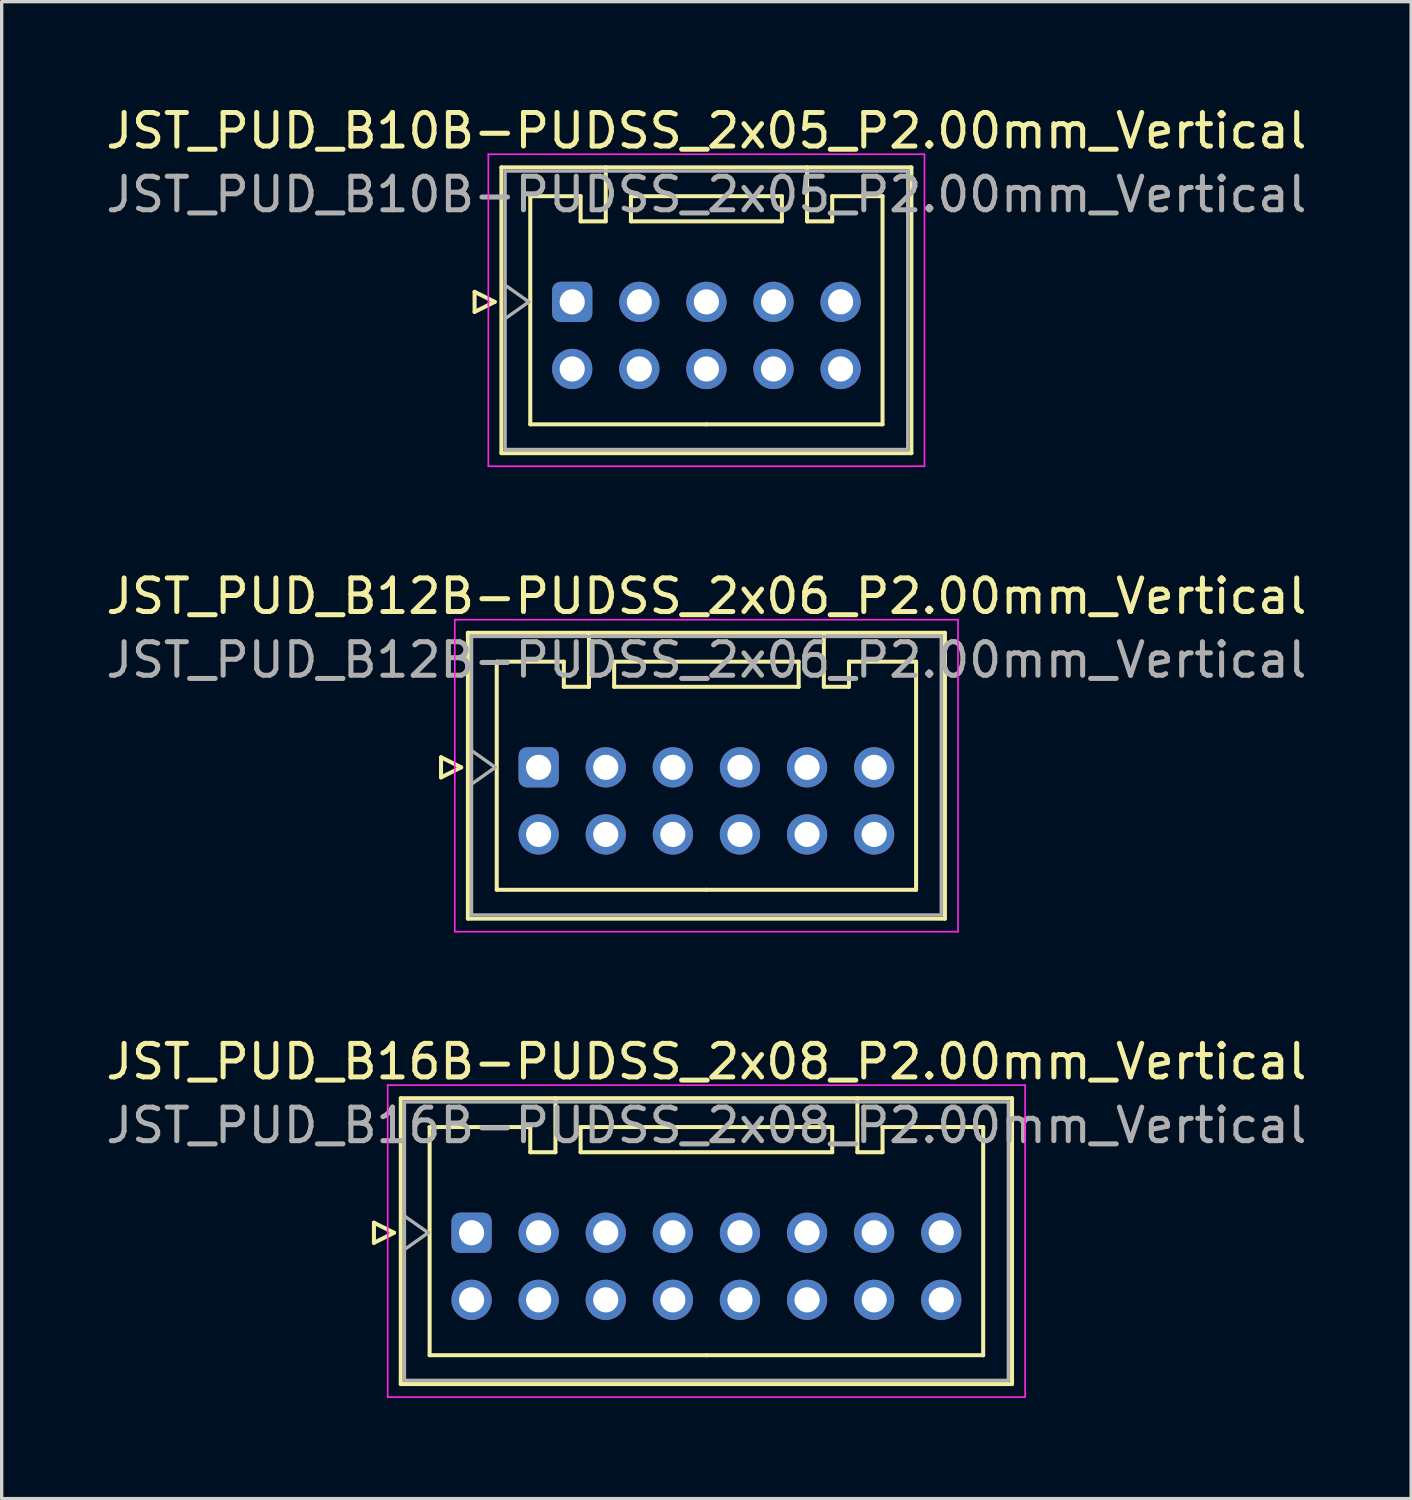
<source format=kicad_pcb>
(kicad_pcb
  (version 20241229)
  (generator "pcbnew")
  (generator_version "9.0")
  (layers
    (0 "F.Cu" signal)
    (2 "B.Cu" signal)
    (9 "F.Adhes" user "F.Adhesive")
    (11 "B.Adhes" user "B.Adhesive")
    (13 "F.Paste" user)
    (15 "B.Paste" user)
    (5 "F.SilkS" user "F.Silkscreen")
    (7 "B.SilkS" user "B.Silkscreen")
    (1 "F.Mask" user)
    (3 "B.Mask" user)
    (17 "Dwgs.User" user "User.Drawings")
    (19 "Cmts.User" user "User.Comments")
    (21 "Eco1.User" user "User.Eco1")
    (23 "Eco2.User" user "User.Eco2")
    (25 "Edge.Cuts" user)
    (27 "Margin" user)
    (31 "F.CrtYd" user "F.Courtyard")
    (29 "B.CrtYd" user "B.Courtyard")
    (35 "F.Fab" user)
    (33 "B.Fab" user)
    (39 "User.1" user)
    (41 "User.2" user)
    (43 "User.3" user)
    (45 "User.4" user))
  (footprint "JST_PUD_B10B-PUDSS_2x05_P2.00mm_Vertical"
    (layer "F.Cu")
    (at 14.006 5.948)
    (property "Reference" "JST_PUD_B10B-PUDSS_2x05_P2.00mm_Vertical" (at 4 -5.1 0) (layer "F.SilkS") (effects (font (size 1 1) (thickness 0.15))))
    (attr through_hole)
    (fp_line (start -2.91 -0.3) (end -2.31 0) (stroke (width 0.12) (type solid)) (layer "F.SilkS"))
    (fp_line (start -2.91 0.3) (end -2.91 -0.3) (stroke (width 0.12) (type solid)) (layer "F.SilkS"))
    (fp_line (start -2.31 0) (end -2.91 0.3) (stroke (width 0.12) (type solid)) (layer "F.SilkS"))
    (fp_line (start -2.11 -4.01) (end -2.11 4.51) (stroke (width 0.12) (type solid)) (layer "F.SilkS"))
    (fp_line (start -2.11 4.51) (end 10.11 4.51) (stroke (width 0.12) (type solid)) (layer "F.SilkS"))
    (fp_line (start -1.25 -3.15) (end -1.25 3.65) (stroke (width 0.12) (type solid)) (layer "F.SilkS"))
    (fp_line (start -1.25 3.65) (end 4 3.65) (stroke (width 0.12) (type solid)) (layer "F.SilkS"))
    (fp_line (start 0.25 -3.15) (end -1.25 -3.15) (stroke (width 0.12) (type solid)) (layer "F.SilkS"))
    (fp_line (start 0.25 -2.4) (end 0.25 -3.15) (stroke (width 0.12) (type solid)) (layer "F.SilkS"))
    (fp_line (start 1 -4.01) (end 1 -2.4) (stroke (width 0.12) (type solid)) (layer "F.SilkS"))
    (fp_line (start 1 -2.4) (end 0.25 -2.4) (stroke (width 0.12) (type solid)) (layer "F.SilkS"))
    (fp_line (start 1.75 -3.15) (end 1.75 -2.4) (stroke (width 0.12) (type solid)) (layer "F.SilkS"))
    (fp_line (start 1.75 -2.4) (end 6.25 -2.4) (stroke (width 0.12) (type solid)) (layer "F.SilkS"))
    (fp_line (start 6.25 -3.15) (end 1.75 -3.15) (stroke (width 0.12) (type solid)) (layer "F.SilkS"))
    (fp_line (start 6.25 -2.4) (end 6.25 -3.15) (stroke (width 0.12) (type solid)) (layer "F.SilkS"))
    (fp_line (start 7 -4.01) (end 7 -2.4) (stroke (width 0.12) (type solid)) (layer "F.SilkS"))
    (fp_line (start 7 -2.4) (end 7.75 -2.4) (stroke (width 0.12) (type solid)) (layer "F.SilkS"))
    (fp_line (start 7.75 -3.15) (end 9.25 -3.15) (stroke (width 0.12) (type solid)) (layer "F.SilkS"))
    (fp_line (start 7.75 -2.4) (end 7.75 -3.15) (stroke (width 0.12) (type solid)) (layer "F.SilkS"))
    (fp_line (start 9.25 -3.15) (end 9.25 3.65) (stroke (width 0.12) (type solid)) (layer "F.SilkS"))
    (fp_line (start 9.25 3.65) (end 4 3.65) (stroke (width 0.12) (type solid)) (layer "F.SilkS"))
    (fp_line (start 10.11 -4.01) (end -2.11 -4.01) (stroke (width 0.12) (type solid)) (layer "F.SilkS"))
    (fp_line (start 10.11 4.51) (end 10.11 -4.01) (stroke (width 0.12) (type solid)) (layer "F.SilkS"))
    (fp_line (start -2.5 -4.4) (end -2.5 4.9) (stroke (width 0.05) (type solid)) (layer "F.CrtYd"))
    (fp_line (start -2.5 4.9) (end 10.5 4.9) (stroke (width 0.05) (type solid)) (layer "F.CrtYd"))
    (fp_line (start 10.5 -4.4) (end -2.5 -4.4) (stroke (width 0.05) (type solid)) (layer "F.CrtYd"))
    (fp_line (start 10.5 4.9) (end 10.5 -4.4) (stroke (width 0.05) (type solid)) (layer "F.CrtYd"))
    (fp_line (start -2 -3.9) (end -2 4.4) (stroke (width 0.1) (type solid)) (layer "F.Fab"))
    (fp_line (start -2 0.5) (end -1.293 0) (stroke (width 0.1) (type solid)) (layer "F.Fab"))
    (fp_line (start -2 4.4) (end 10 4.4) (stroke (width 0.1) (type solid)) (layer "F.Fab"))
    (fp_line (start -1.293 0) (end -2 -0.5) (stroke (width 0.1) (type solid)) (layer "F.Fab"))
    (fp_line (start 10 -3.9) (end -2 -3.9) (stroke (width 0.1) (type solid)) (layer "F.Fab"))
    (fp_line (start 10 4.4) (end 10 -3.9) (stroke (width 0.1) (type solid)) (layer "F.Fab"))
    (fp_text user "${REFERENCE}" (at 4 -3.2 0) (layer "F.Fab") (effects (font (size 1 1) (thickness 0.15))))
    (pad "1" thru_hole roundrect (at 0 0) (size 1.2 1.2) (drill 0.75) (layers "*.Cu" "*.Mask") (roundrect_rratio 0.208))
    (pad "2" thru_hole circle (at 0 2) (size 1.2 1.2) (drill 0.75) (layers "*.Cu" "*.Mask"))
    (pad "3" thru_hole circle (at 2 0) (size 1.2 1.2) (drill 0.75) (layers "*.Cu" "*.Mask"))
    (pad "4" thru_hole circle (at 2 2) (size 1.2 1.2) (drill 0.75) (layers "*.Cu" "*.Mask"))
    (pad "5" thru_hole circle (at 4 0) (size 1.2 1.2) (drill 0.75) (layers "*.Cu" "*.Mask"))
    (pad "6" thru_hole circle (at 4 2) (size 1.2 1.2) (drill 0.75) (layers "*.Cu" "*.Mask"))
    (pad "7" thru_hole circle (at 6 0) (size 1.2 1.2) (drill 0.75) (layers "*.Cu" "*.Mask"))
    (pad "8" thru_hole circle (at 6 2) (size 1.2 1.2) (drill 0.75) (layers "*.Cu" "*.Mask"))
    (pad "9" thru_hole circle (at 8 0) (size 1.2 1.2) (drill 0.75) (layers "*.Cu" "*.Mask"))
    (pad "10" thru_hole circle (at 8 2) (size 1.2 1.2) (drill 0.75) (layers "*.Cu" "*.Mask")))
  (footprint "JST_PUD_B16B-PUDSS_2x08_P2.00mm_Vertical"
    (layer "F.Cu")
    (at 11.006 33.695)
    (property "Reference" "JST_PUD_B16B-PUDSS_2x08_P2.00mm_Vertical" (at 7 -5.1 0) (layer "F.SilkS") (effects (font (size 1 1) (thickness 0.15))))
    (attr through_hole)
    (fp_line (start -2.91 -0.3) (end -2.31 0) (stroke (width 0.12) (type solid)) (layer "F.SilkS"))
    (fp_line (start -2.91 0.3) (end -2.91 -0.3) (stroke (width 0.12) (type solid)) (layer "F.SilkS"))
    (fp_line (start -2.31 0) (end -2.91 0.3) (stroke (width 0.12) (type solid)) (layer "F.SilkS"))
    (fp_line (start -2.11 -4.01) (end -2.11 4.51) (stroke (width 0.12) (type solid)) (layer "F.SilkS"))
    (fp_line (start -2.11 4.51) (end 16.11 4.51) (stroke (width 0.12) (type solid)) (layer "F.SilkS"))
    (fp_line (start -1.25 -3.15) (end -1.25 3.65) (stroke (width 0.12) (type solid)) (layer "F.SilkS"))
    (fp_line (start -1.25 3.65) (end 7 3.65) (stroke (width 0.12) (type solid)) (layer "F.SilkS"))
    (fp_line (start 1.75 -3.15) (end -1.25 -3.15) (stroke (width 0.12) (type solid)) (layer "F.SilkS"))
    (fp_line (start 1.75 -2.4) (end 1.75 -3.15) (stroke (width 0.12) (type solid)) (layer "F.SilkS"))
    (fp_line (start 2.5 -4.01) (end 2.5 -2.4) (stroke (width 0.12) (type solid)) (layer "F.SilkS"))
    (fp_line (start 2.5 -2.4) (end 1.75 -2.4) (stroke (width 0.12) (type solid)) (layer "F.SilkS"))
    (fp_line (start 3.25 -3.15) (end 3.25 -2.4) (stroke (width 0.12) (type solid)) (layer "F.SilkS"))
    (fp_line (start 3.25 -2.4) (end 10.75 -2.4) (stroke (width 0.12) (type solid)) (layer "F.SilkS"))
    (fp_line (start 10.75 -3.15) (end 3.25 -3.15) (stroke (width 0.12) (type solid)) (layer "F.SilkS"))
    (fp_line (start 10.75 -2.4) (end 10.75 -3.15) (stroke (width 0.12) (type solid)) (layer "F.SilkS"))
    (fp_line (start 11.5 -4.01) (end 11.5 -2.4) (stroke (width 0.12) (type solid)) (layer "F.SilkS"))
    (fp_line (start 11.5 -2.4) (end 12.25 -2.4) (stroke (width 0.12) (type solid)) (layer "F.SilkS"))
    (fp_line (start 12.25 -3.15) (end 15.25 -3.15) (stroke (width 0.12) (type solid)) (layer "F.SilkS"))
    (fp_line (start 12.25 -2.4) (end 12.25 -3.15) (stroke (width 0.12) (type solid)) (layer "F.SilkS"))
    (fp_line (start 15.25 -3.15) (end 15.25 3.65) (stroke (width 0.12) (type solid)) (layer "F.SilkS"))
    (fp_line (start 15.25 3.65) (end 7 3.65) (stroke (width 0.12) (type solid)) (layer "F.SilkS"))
    (fp_line (start 16.11 -4.01) (end -2.11 -4.01) (stroke (width 0.12) (type solid)) (layer "F.SilkS"))
    (fp_line (start 16.11 4.51) (end 16.11 -4.01) (stroke (width 0.12) (type solid)) (layer "F.SilkS"))
    (fp_line (start -2.5 -4.4) (end -2.5 4.9) (stroke (width 0.05) (type solid)) (layer "F.CrtYd"))
    (fp_line (start -2.5 4.9) (end 16.5 4.9) (stroke (width 0.05) (type solid)) (layer "F.CrtYd"))
    (fp_line (start 16.5 -4.4) (end -2.5 -4.4) (stroke (width 0.05) (type solid)) (layer "F.CrtYd"))
    (fp_line (start 16.5 4.9) (end 16.5 -4.4) (stroke (width 0.05) (type solid)) (layer "F.CrtYd"))
    (fp_line (start -2 -3.9) (end -2 4.4) (stroke (width 0.1) (type solid)) (layer "F.Fab"))
    (fp_line (start -2 0.5) (end -1.293 0) (stroke (width 0.1) (type solid)) (layer "F.Fab"))
    (fp_line (start -2 4.4) (end 16 4.4) (stroke (width 0.1) (type solid)) (layer "F.Fab"))
    (fp_line (start -1.293 0) (end -2 -0.5) (stroke (width 0.1) (type solid)) (layer "F.Fab"))
    (fp_line (start 16 -3.9) (end -2 -3.9) (stroke (width 0.1) (type solid)) (layer "F.Fab"))
    (fp_line (start 16 4.4) (end 16 -3.9) (stroke (width 0.1) (type solid)) (layer "F.Fab"))
    (fp_text user "${REFERENCE}" (at 7 -3.2 0) (layer "F.Fab") (effects (font (size 1 1) (thickness 0.15))))
    (pad "1" thru_hole roundrect (at 0 0) (size 1.2 1.2) (drill 0.75) (layers "*.Cu" "*.Mask") (roundrect_rratio 0.208))
    (pad "2" thru_hole circle (at 0 2) (size 1.2 1.2) (drill 0.75) (layers "*.Cu" "*.Mask"))
    (pad "3" thru_hole circle (at 2 0) (size 1.2 1.2) (drill 0.75) (layers "*.Cu" "*.Mask"))
    (pad "4" thru_hole circle (at 2 2) (size 1.2 1.2) (drill 0.75) (layers "*.Cu" "*.Mask"))
    (pad "5" thru_hole circle (at 4 0) (size 1.2 1.2) (drill 0.75) (layers "*.Cu" "*.Mask"))
    (pad "6" thru_hole circle (at 4 2) (size 1.2 1.2) (drill 0.75) (layers "*.Cu" "*.Mask"))
    (pad "7" thru_hole circle (at 6 0) (size 1.2 1.2) (drill 0.75) (layers "*.Cu" "*.Mask"))
    (pad "8" thru_hole circle (at 6 2) (size 1.2 1.2) (drill 0.75) (layers "*.Cu" "*.Mask"))
    (pad "9" thru_hole circle (at 8 0) (size 1.2 1.2) (drill 0.75) (layers "*.Cu" "*.Mask"))
    (pad "10" thru_hole circle (at 8 2) (size 1.2 1.2) (drill 0.75) (layers "*.Cu" "*.Mask"))
    (pad "11" thru_hole circle (at 10 0) (size 1.2 1.2) (drill 0.75) (layers "*.Cu" "*.Mask"))
    (pad "12" thru_hole circle (at 10 2) (size 1.2 1.2) (drill 0.75) (layers "*.Cu" "*.Mask"))
    (pad "13" thru_hole circle (at 12 0) (size 1.2 1.2) (drill 0.75) (layers "*.Cu" "*.Mask"))
    (pad "14" thru_hole circle (at 12 2) (size 1.2 1.2) (drill 0.75) (layers "*.Cu" "*.Mask"))
    (pad "15" thru_hole circle (at 14 0) (size 1.2 1.2) (drill 0.75) (layers "*.Cu" "*.Mask"))
    (pad "16" thru_hole circle (at 14 2) (size 1.2 1.2) (drill 0.75) (layers "*.Cu" "*.Mask")))
  (footprint "JST_PUD_B12B-PUDSS_2x06_P2.00mm_Vertical"
    (layer "F.Cu")
    (at 13.006 19.822)
    (property "Reference" "JST_PUD_B12B-PUDSS_2x06_P2.00mm_Vertical" (at 5 -5.1 0) (layer "F.SilkS") (effects (font (size 1 1) (thickness 0.15))))
    (attr through_hole)
    (fp_line (start -2.91 -0.3) (end -2.31 0) (stroke (width 0.12) (type solid)) (layer "F.SilkS"))
    (fp_line (start -2.91 0.3) (end -2.91 -0.3) (stroke (width 0.12) (type solid)) (layer "F.SilkS"))
    (fp_line (start -2.31 0) (end -2.91 0.3) (stroke (width 0.12) (type solid)) (layer "F.SilkS"))
    (fp_line (start -2.11 -4.01) (end -2.11 4.51) (stroke (width 0.12) (type solid)) (layer "F.SilkS"))
    (fp_line (start -2.11 4.51) (end 12.11 4.51) (stroke (width 0.12) (type solid)) (layer "F.SilkS"))
    (fp_line (start -1.25 -3.15) (end -1.25 3.65) (stroke (width 0.12) (type solid)) (layer "F.SilkS"))
    (fp_line (start -1.25 3.65) (end 5 3.65) (stroke (width 0.12) (type solid)) (layer "F.SilkS"))
    (fp_line (start 0.75 -3.15) (end -1.25 -3.15) (stroke (width 0.12) (type solid)) (layer "F.SilkS"))
    (fp_line (start 0.75 -2.4) (end 0.75 -3.15) (stroke (width 0.12) (type solid)) (layer "F.SilkS"))
    (fp_line (start 1.5 -4.01) (end 1.5 -2.4) (stroke (width 0.12) (type solid)) (layer "F.SilkS"))
    (fp_line (start 1.5 -2.4) (end 0.75 -2.4) (stroke (width 0.12) (type solid)) (layer "F.SilkS"))
    (fp_line (start 2.25 -3.15) (end 2.25 -2.4) (stroke (width 0.12) (type solid)) (layer "F.SilkS"))
    (fp_line (start 2.25 -2.4) (end 7.75 -2.4) (stroke (width 0.12) (type solid)) (layer "F.SilkS"))
    (fp_line (start 7.75 -3.15) (end 2.25 -3.15) (stroke (width 0.12) (type solid)) (layer "F.SilkS"))
    (fp_line (start 7.75 -2.4) (end 7.75 -3.15) (stroke (width 0.12) (type solid)) (layer "F.SilkS"))
    (fp_line (start 8.5 -4.01) (end 8.5 -2.4) (stroke (width 0.12) (type solid)) (layer "F.SilkS"))
    (fp_line (start 8.5 -2.4) (end 9.25 -2.4) (stroke (width 0.12) (type solid)) (layer "F.SilkS"))
    (fp_line (start 9.25 -3.15) (end 11.25 -3.15) (stroke (width 0.12) (type solid)) (layer "F.SilkS"))
    (fp_line (start 9.25 -2.4) (end 9.25 -3.15) (stroke (width 0.12) (type solid)) (layer "F.SilkS"))
    (fp_line (start 11.25 -3.15) (end 11.25 3.65) (stroke (width 0.12) (type solid)) (layer "F.SilkS"))
    (fp_line (start 11.25 3.65) (end 5 3.65) (stroke (width 0.12) (type solid)) (layer "F.SilkS"))
    (fp_line (start 12.11 -4.01) (end -2.11 -4.01) (stroke (width 0.12) (type solid)) (layer "F.SilkS"))
    (fp_line (start 12.11 4.51) (end 12.11 -4.01) (stroke (width 0.12) (type solid)) (layer "F.SilkS"))
    (fp_line (start -2.5 -4.4) (end -2.5 4.9) (stroke (width 0.05) (type solid)) (layer "F.CrtYd"))
    (fp_line (start -2.5 4.9) (end 12.5 4.9) (stroke (width 0.05) (type solid)) (layer "F.CrtYd"))
    (fp_line (start 12.5 -4.4) (end -2.5 -4.4) (stroke (width 0.05) (type solid)) (layer "F.CrtYd"))
    (fp_line (start 12.5 4.9) (end 12.5 -4.4) (stroke (width 0.05) (type solid)) (layer "F.CrtYd"))
    (fp_line (start -2 -3.9) (end -2 4.4) (stroke (width 0.1) (type solid)) (layer "F.Fab"))
    (fp_line (start -2 0.5) (end -1.293 0) (stroke (width 0.1) (type solid)) (layer "F.Fab"))
    (fp_line (start -2 4.4) (end 12 4.4) (stroke (width 0.1) (type solid)) (layer "F.Fab"))
    (fp_line (start -1.293 0) (end -2 -0.5) (stroke (width 0.1) (type solid)) (layer "F.Fab"))
    (fp_line (start 12 -3.9) (end -2 -3.9) (stroke (width 0.1) (type solid)) (layer "F.Fab"))
    (fp_line (start 12 4.4) (end 12 -3.9) (stroke (width 0.1) (type solid)) (layer "F.Fab"))
    (fp_text user "${REFERENCE}" (at 5 -3.2 0) (layer "F.Fab") (effects (font (size 1 1) (thickness 0.15))))
    (pad "1" thru_hole roundrect (at 0 0) (size 1.2 1.2) (drill 0.75) (layers "*.Cu" "*.Mask") (roundrect_rratio 0.208))
    (pad "2" thru_hole circle (at 0 2) (size 1.2 1.2) (drill 0.75) (layers "*.Cu" "*.Mask"))
    (pad "3" thru_hole circle (at 2 0) (size 1.2 1.2) (drill 0.75) (layers "*.Cu" "*.Mask"))
    (pad "4" thru_hole circle (at 2 2) (size 1.2 1.2) (drill 0.75) (layers "*.Cu" "*.Mask"))
    (pad "5" thru_hole circle (at 4 0) (size 1.2 1.2) (drill 0.75) (layers "*.Cu" "*.Mask"))
    (pad "6" thru_hole circle (at 4 2) (size 1.2 1.2) (drill 0.75) (layers "*.Cu" "*.Mask"))
    (pad "7" thru_hole circle (at 6 0) (size 1.2 1.2) (drill 0.75) (layers "*.Cu" "*.Mask"))
    (pad "8" thru_hole circle (at 6 2) (size 1.2 1.2) (drill 0.75) (layers "*.Cu" "*.Mask"))
    (pad "9" thru_hole circle (at 8 0) (size 1.2 1.2) (drill 0.75) (layers "*.Cu" "*.Mask"))
    (pad "10" thru_hole circle (at 8 2) (size 1.2 1.2) (drill 0.75) (layers "*.Cu" "*.Mask"))
    (pad "11" thru_hole circle (at 10 0) (size 1.2 1.2) (drill 0.75) (layers "*.Cu" "*.Mask"))
    (pad "12" thru_hole circle (at 10 2) (size 1.2 1.2) (drill 0.75) (layers "*.Cu" "*.Mask")))
  (gr_rect
    (start -3 -3)
    (end 39.012 41.62)
    (stroke (width 0.1) (type default))
    (fill no)
    (layer "Edge.Cuts")))
</source>
